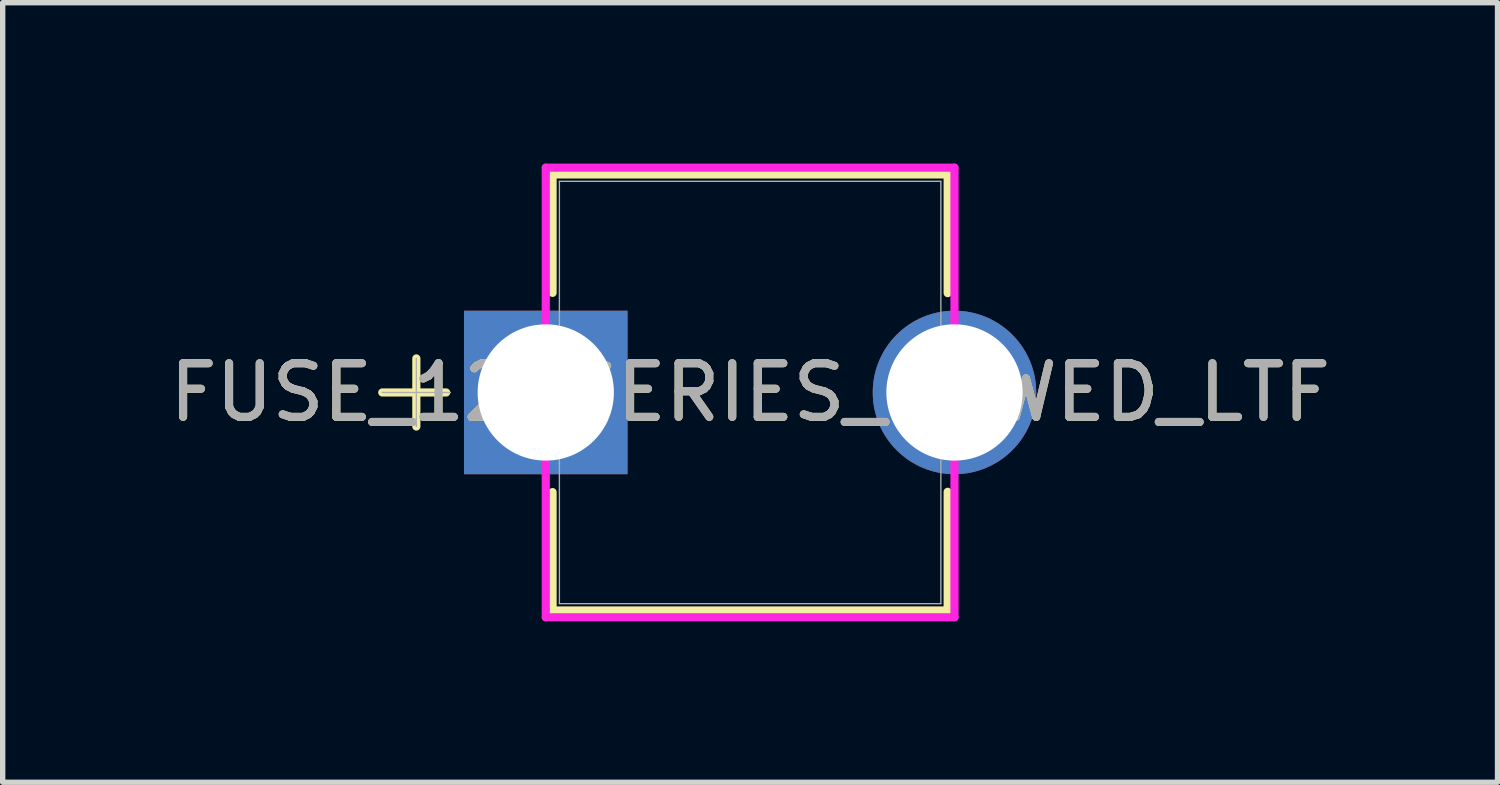
<source format=kicad_pcb>
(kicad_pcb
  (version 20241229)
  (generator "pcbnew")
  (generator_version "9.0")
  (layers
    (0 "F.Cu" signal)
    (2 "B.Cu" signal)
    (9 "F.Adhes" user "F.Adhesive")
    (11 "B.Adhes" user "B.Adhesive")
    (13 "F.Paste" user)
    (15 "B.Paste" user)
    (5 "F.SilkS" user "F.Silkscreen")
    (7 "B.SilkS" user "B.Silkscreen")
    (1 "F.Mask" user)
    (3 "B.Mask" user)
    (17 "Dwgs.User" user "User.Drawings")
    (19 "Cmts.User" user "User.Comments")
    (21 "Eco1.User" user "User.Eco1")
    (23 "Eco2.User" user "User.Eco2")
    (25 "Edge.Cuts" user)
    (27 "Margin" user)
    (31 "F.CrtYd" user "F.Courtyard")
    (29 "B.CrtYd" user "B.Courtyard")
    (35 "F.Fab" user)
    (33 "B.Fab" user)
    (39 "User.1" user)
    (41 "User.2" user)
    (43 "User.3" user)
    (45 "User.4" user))
  (footprint "FUSE_122SERIES_BOWED_LTF"
    (layer "F.Cu")
    (at 7.125 4.267)
    (property "Reference" "FUSE_122SERIES_BOWED_LTF" (at 3.81 0 0) (unlocked yes) (layer "F.SilkS") (effects (font (size 1 1) (thickness 0.15))))
    (attr through_hole)
    (fp_line (start -3.048 0) (end -1.857 0) (stroke (width 0.152) (type solid)) (layer "F.SilkS"))
    (fp_line (start -2.413 -0.635) (end -2.413 0.635) (stroke (width 0.152) (type solid)) (layer "F.SilkS"))
    (fp_line (start 0.127 -4.064) (end 0.127 -1.857) (stroke (width 0.152) (type solid)) (layer "F.SilkS"))
    (fp_line (start 0.127 1.857) (end 0.127 4.064) (stroke (width 0.152) (type solid)) (layer "F.SilkS"))
    (fp_line (start 7.493 -4.064) (end 0.127 -4.064) (stroke (width 0.152) (type solid)) (layer "F.SilkS"))
    (fp_line (start 7.493 -4.064) (end 7.493 -1.852) (stroke (width 0.152) (type solid)) (layer "F.SilkS"))
    (fp_line (start 7.493 1.852) (end 7.493 4.064) (stroke (width 0.152) (type solid)) (layer "F.SilkS"))
    (fp_line (start 7.493 4.064) (end 0.127 4.064) (stroke (width 0.152) (type solid)) (layer "F.SilkS"))
    (fp_line (start 0 -4.191) (end 7.62 -4.191) (stroke (width 0.152) (type solid)) (layer "F.CrtYd"))
    (fp_line (start 0 4.191) (end 0 -4.191) (stroke (width 0.152) (type solid)) (layer "F.CrtYd"))
    (fp_line (start 7.62 -4.191) (end 7.62 4.191) (stroke (width 0.152) (type solid)) (layer "F.CrtYd"))
    (fp_line (start 7.62 4.191) (end 0 4.191) (stroke (width 0.152) (type solid)) (layer "F.CrtYd"))
    (fp_line (start -3.048 0) (end -1.778 0) (stroke (width 0.025) (type solid)) (layer "F.Fab"))
    (fp_line (start -2.413 -0.635) (end -2.413 0.635) (stroke (width 0.025) (type solid)) (layer "F.Fab"))
    (fp_line (start 0.254 -3.937) (end 0.254 3.937) (stroke (width 0.025) (type solid)) (layer "F.Fab"))
    (fp_line (start 7.366 -3.937) (end 0.254 -3.937) (stroke (width 0.025) (type solid)) (layer "F.Fab"))
    (fp_line (start 7.366 -3.937) (end 7.366 3.937) (stroke (width 0.025) (type solid)) (layer "F.Fab"))
    (fp_line (start 7.366 3.937) (end 0.254 3.937) (stroke (width 0.025) (type solid)) (layer "F.Fab"))
    (fp_text user "${REFERENCE}" (at 3.81 0 0) (unlocked yes) (layer "F.Fab") (effects (font (size 1 1) (thickness 0.15))))
    (pad "1" thru_hole rect (at 0 0) (size 3.048 3.048) (drill 2.54) (layers "*.Cu" "*.Mask"))
    (pad "2" thru_hole circle (at 7.62 0) (size 3.048 3.048) (drill 2.54) (layers "*.Cu" "*.Mask")))
  (gr_rect
    (start -3 -3)
    (end 24.869 11.534)
    (stroke (width 0.1) (type default))
    (fill no)
    (layer "Edge.Cuts")))
</source>
